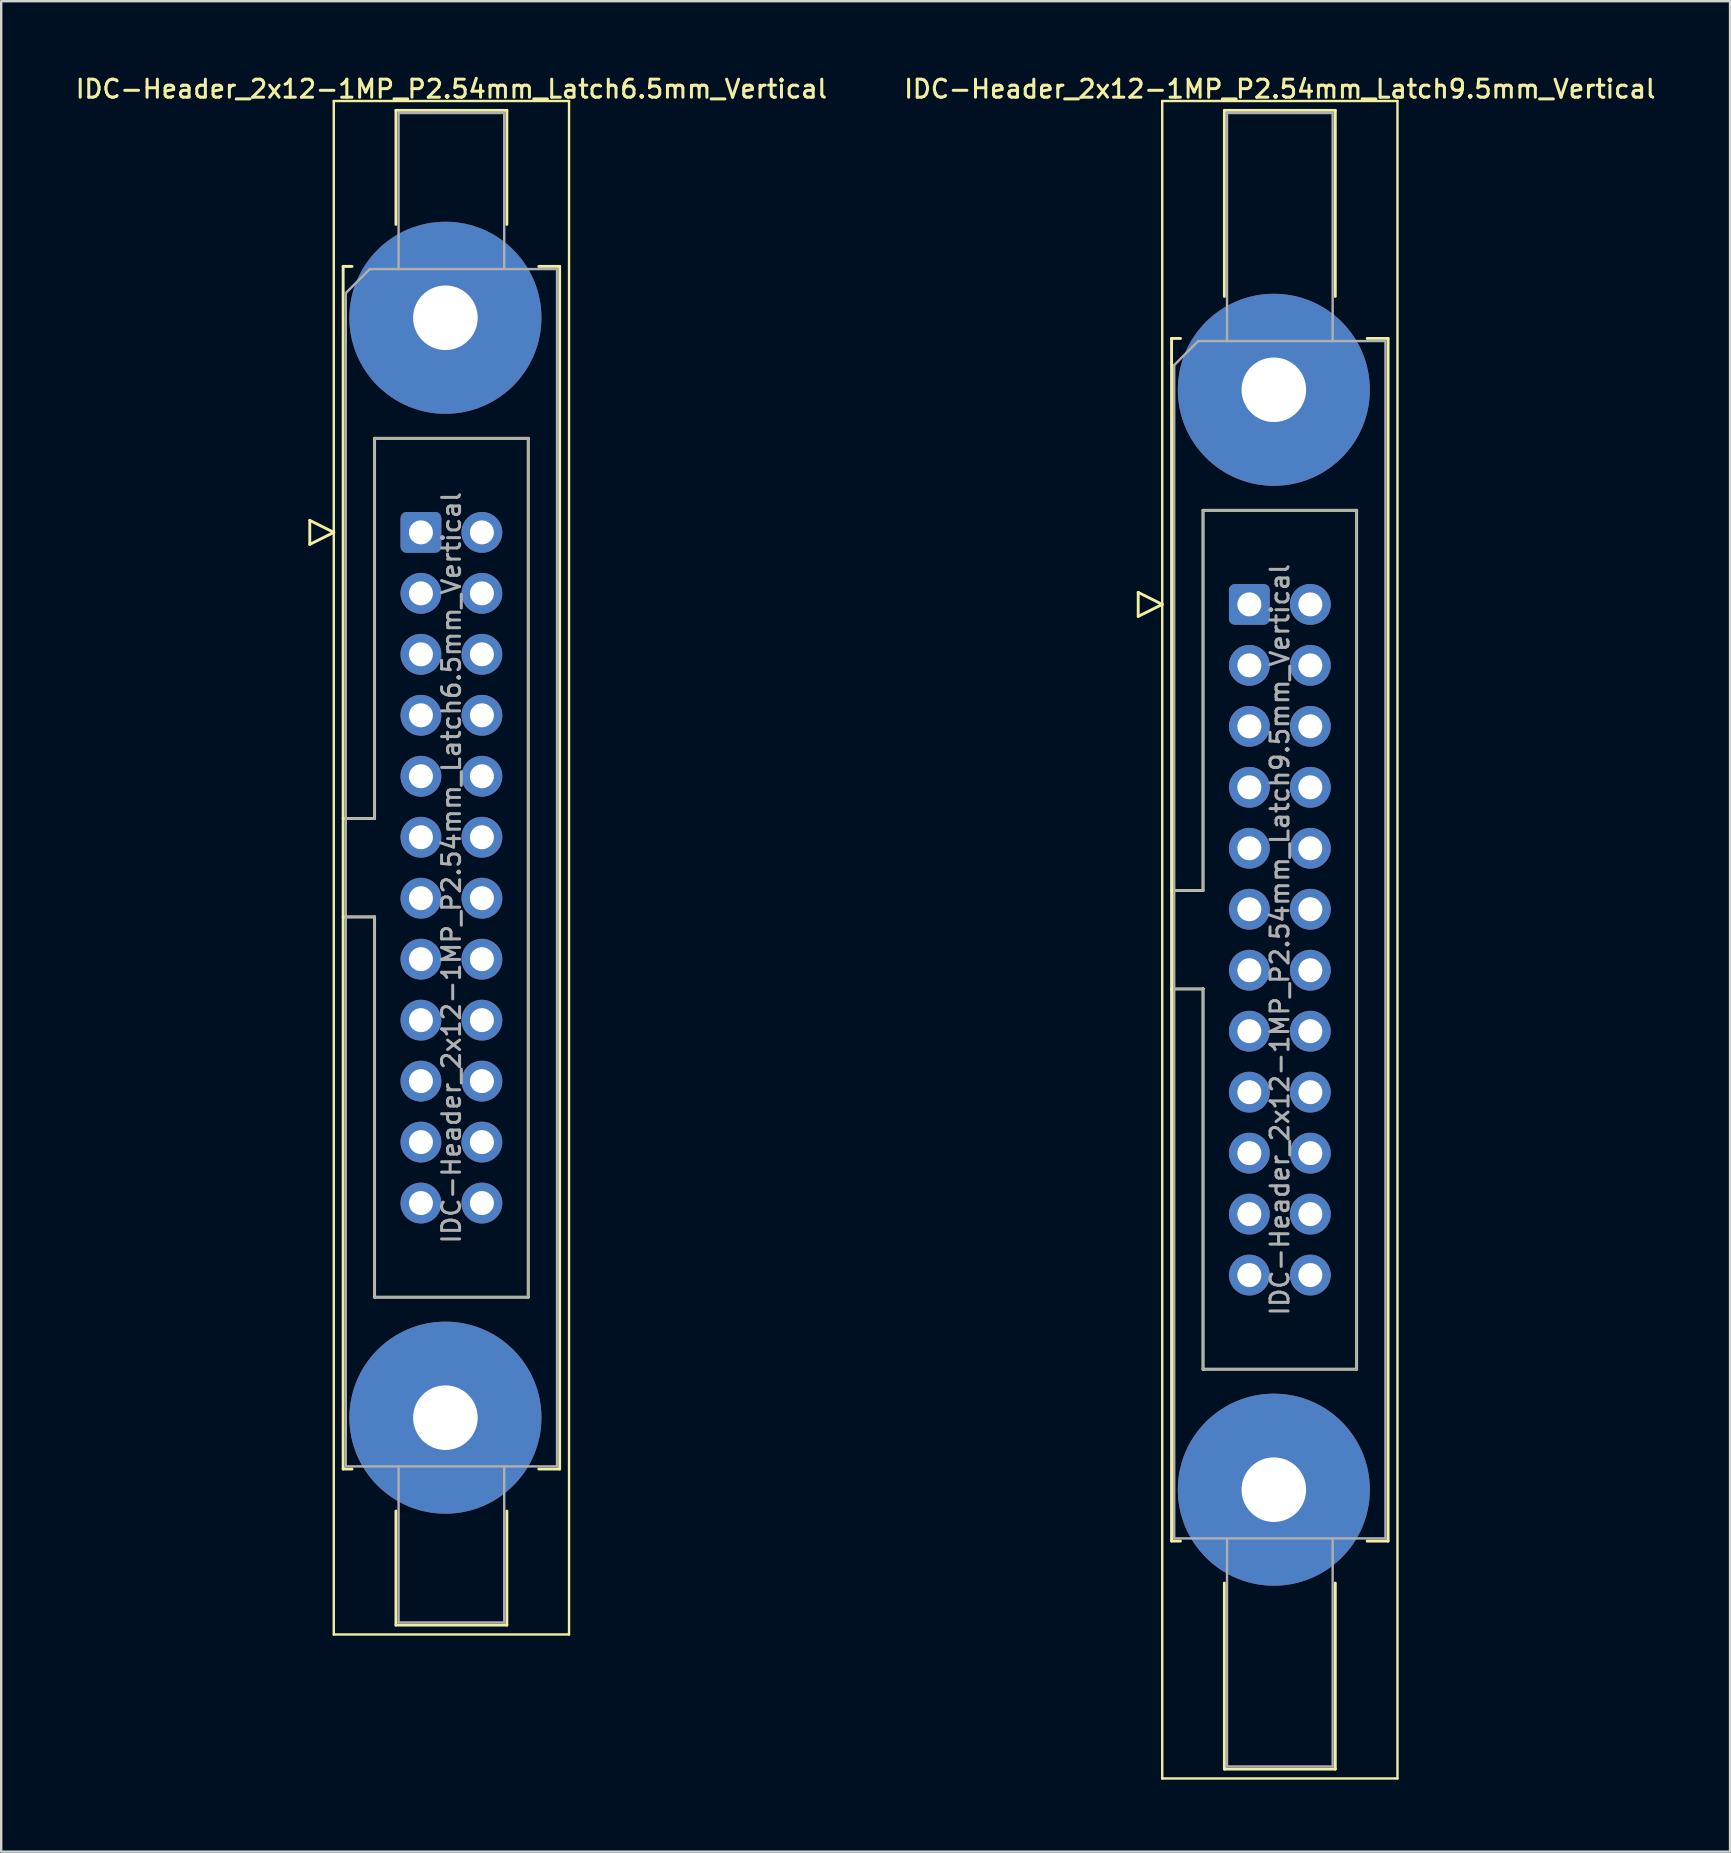
<source format=kicad_pcb>
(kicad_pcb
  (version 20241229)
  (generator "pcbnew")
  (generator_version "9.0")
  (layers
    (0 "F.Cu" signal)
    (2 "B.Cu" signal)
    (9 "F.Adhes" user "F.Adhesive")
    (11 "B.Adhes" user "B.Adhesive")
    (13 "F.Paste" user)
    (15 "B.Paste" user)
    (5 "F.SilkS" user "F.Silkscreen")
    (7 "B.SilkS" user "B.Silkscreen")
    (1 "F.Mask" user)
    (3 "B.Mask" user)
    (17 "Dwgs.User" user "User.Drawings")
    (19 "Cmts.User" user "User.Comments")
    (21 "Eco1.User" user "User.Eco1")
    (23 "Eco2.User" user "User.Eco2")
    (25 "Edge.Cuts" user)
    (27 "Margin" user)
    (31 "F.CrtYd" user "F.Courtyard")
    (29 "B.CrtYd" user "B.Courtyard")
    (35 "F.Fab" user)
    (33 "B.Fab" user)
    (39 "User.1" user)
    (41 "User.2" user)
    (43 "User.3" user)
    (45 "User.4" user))
  (footprint "IDC-Header_2x12-1MP_P2.54mm_Latch6.5mm_Vertical"
    (layer "F.Cu")
    (at 14.485 19.128)
    (property "Reference" "IDC-Header_2x12-1MP_P2.54mm_Latch6.5mm_Vertical" (at 1.27 -18.47 0) (layer "F.SilkS") (effects (font (size 0.75 0.75) (thickness 0.125))))
    (attr through_hole)
    (fp_line (start -4.63 -0.5) (end -4.63 0.5) (stroke (width 0.12) (type solid)) (layer "F.SilkS"))
    (fp_line (start -4.63 0.5) (end -3.63 0) (stroke (width 0.12) (type solid)) (layer "F.SilkS"))
    (fp_line (start -3.63 -17.97) (end -3.63 45.91) (stroke (width 0.1) (type solid)) (layer "F.SilkS"))
    (fp_line (start -3.63 0) (end -4.63 -0.5) (stroke (width 0.12) (type solid)) (layer "F.SilkS"))
    (fp_line (start -3.63 45.91) (end 6.17 45.91) (stroke (width 0.1) (type solid)) (layer "F.SilkS"))
    (fp_line (start -3.24 -11.08) (end -3.24 39.02) (stroke (width 0.12) (type solid)) (layer "F.SilkS"))
    (fp_line (start -3.24 11.92) (end -1.93 11.92) (stroke (width 0.12) (type solid)) (layer "F.SilkS"))
    (fp_line (start -3.24 39.02) (end -2.87 39.02) (stroke (width 0.12) (type solid)) (layer "F.SilkS"))
    (fp_line (start -2.87 -11.08) (end -3.24 -11.08) (stroke (width 0.12) (type solid)) (layer "F.SilkS"))
    (fp_line (start -1.93 -3.92) (end 4.47 -3.92) (stroke (width 0.12) (type solid)) (layer "F.SilkS"))
    (fp_line (start -1.93 11.92) (end -1.93 -3.92) (stroke (width 0.12) (type solid)) (layer "F.SilkS"))
    (fp_line (start -1.93 16.02) (end -3.24 16.02) (stroke (width 0.12) (type solid)) (layer "F.SilkS"))
    (fp_line (start -1.93 16.02) (end -1.93 16.02) (stroke (width 0.12) (type solid)) (layer "F.SilkS"))
    (fp_line (start -1.93 31.86) (end -1.93 16.02) (stroke (width 0.12) (type solid)) (layer "F.SilkS"))
    (fp_line (start -1.04 -17.58) (end 3.58 -17.58) (stroke (width 0.12) (type solid)) (layer "F.SilkS"))
    (fp_line (start -1.04 -12.83) (end -1.04 -17.58) (stroke (width 0.12) (type solid)) (layer "F.SilkS"))
    (fp_line (start -1.04 40.77) (end -1.04 45.52) (stroke (width 0.12) (type solid)) (layer "F.SilkS"))
    (fp_line (start -1.04 45.52) (end 3.58 45.52) (stroke (width 0.12) (type solid)) (layer "F.SilkS"))
    (fp_line (start 3.58 -17.58) (end 3.58 -12.83) (stroke (width 0.12) (type solid)) (layer "F.SilkS"))
    (fp_line (start 3.58 45.52) (end 3.58 40.77) (stroke (width 0.12) (type solid)) (layer "F.SilkS"))
    (fp_line (start 4.47 -3.92) (end 4.47 31.86) (stroke (width 0.12) (type solid)) (layer "F.SilkS"))
    (fp_line (start 4.47 31.86) (end -1.93 31.86) (stroke (width 0.12) (type solid)) (layer "F.SilkS"))
    (fp_line (start 4.91 -11.08) (end 5.78 -11.08) (stroke (width 0.12) (type solid)) (layer "F.SilkS"))
    (fp_line (start 5.78 -11.08) (end 5.78 39.02) (stroke (width 0.12) (type solid)) (layer "F.SilkS"))
    (fp_line (start 5.78 39.02) (end 4.91 39.02) (stroke (width 0.12) (type solid)) (layer "F.SilkS"))
    (fp_line (start 6.17 -17.97) (end -3.63 -17.97) (stroke (width 0.1) (type solid)) (layer "F.SilkS"))
    (fp_line (start 6.17 45.91) (end 6.17 -17.97) (stroke (width 0.1) (type solid)) (layer "F.SilkS"))
    (fp_line (start -3.13 -9.97) (end -2.13 -10.97) (stroke (width 0.1) (type solid)) (layer "F.Fab"))
    (fp_line (start -3.13 11.92) (end -1.93 11.92) (stroke (width 0.1) (type solid)) (layer "F.Fab"))
    (fp_line (start -3.13 38.91) (end -3.13 -9.97) (stroke (width 0.1) (type solid)) (layer "F.Fab"))
    (fp_line (start -2.13 -10.97) (end 5.67 -10.97) (stroke (width 0.1) (type solid)) (layer "F.Fab"))
    (fp_line (start -1.93 -3.92) (end 4.47 -3.92) (stroke (width 0.1) (type solid)) (layer "F.Fab"))
    (fp_line (start -1.93 11.92) (end -1.93 -3.92) (stroke (width 0.1) (type solid)) (layer "F.Fab"))
    (fp_line (start -1.93 16.02) (end -3.13 16.02) (stroke (width 0.1) (type solid)) (layer "F.Fab"))
    (fp_line (start -1.93 16.02) (end -1.93 16.02) (stroke (width 0.1) (type solid)) (layer "F.Fab"))
    (fp_line (start -1.93 31.86) (end -1.93 16.02) (stroke (width 0.1) (type solid)) (layer "F.Fab"))
    (fp_line (start -0.93 -17.47) (end 3.47 -17.47) (stroke (width 0.1) (type solid)) (layer "F.Fab"))
    (fp_line (start -0.93 -10.97) (end -0.93 -17.47) (stroke (width 0.1) (type solid)) (layer "F.Fab"))
    (fp_line (start -0.93 38.91) (end -0.93 45.41) (stroke (width 0.1) (type solid)) (layer "F.Fab"))
    (fp_line (start -0.93 45.41) (end 3.47 45.41) (stroke (width 0.1) (type solid)) (layer "F.Fab"))
    (fp_line (start 3.47 -17.47) (end 3.47 -10.97) (stroke (width 0.1) (type solid)) (layer "F.Fab"))
    (fp_line (start 3.47 45.41) (end 3.47 38.91) (stroke (width 0.1) (type solid)) (layer "F.Fab"))
    (fp_line (start 4.47 -3.92) (end 4.47 31.86) (stroke (width 0.1) (type solid)) (layer "F.Fab"))
    (fp_line (start 4.47 31.86) (end -1.93 31.86) (stroke (width 0.1) (type solid)) (layer "F.Fab"))
    (fp_line (start 5.67 -10.97) (end 5.67 38.91) (stroke (width 0.1) (type solid)) (layer "F.Fab"))
    (fp_line (start 5.67 38.91) (end -3.13 38.91) (stroke (width 0.1) (type solid)) (layer "F.Fab"))
    (fp_text user "${REFERENCE}" (at 1.27 13.97 90) (layer "F.Fab") (effects (font (size 0.75 0.75) (thickness 0.125))))
    (pad "1" thru_hole roundrect (at 0 0) (size 1.7 1.7) (drill 1) (layers "*.Cu" "*.Mask") (roundrect_rratio 0.147))
    (pad "2" thru_hole circle (at 2.54 0) (size 1.7 1.7) (drill 1) (layers "*.Cu" "*.Mask"))
    (pad "3" thru_hole circle (at 0 2.54) (size 1.7 1.7) (drill 1) (layers "*.Cu" "*.Mask"))
    (pad "4" thru_hole circle (at 2.54 2.54) (size 1.7 1.7) (drill 1) (layers "*.Cu" "*.Mask"))
    (pad "5" thru_hole circle (at 0 5.08) (size 1.7 1.7) (drill 1) (layers "*.Cu" "*.Mask"))
    (pad "6" thru_hole circle (at 2.54 5.08) (size 1.7 1.7) (drill 1) (layers "*.Cu" "*.Mask"))
    (pad "7" thru_hole circle (at 0 7.62) (size 1.7 1.7) (drill 1) (layers "*.Cu" "*.Mask"))
    (pad "8" thru_hole circle (at 2.54 7.62) (size 1.7 1.7) (drill 1) (layers "*.Cu" "*.Mask"))
    (pad "9" thru_hole circle (at 0 10.16) (size 1.7 1.7) (drill 1) (layers "*.Cu" "*.Mask"))
    (pad "10" thru_hole circle (at 2.54 10.16) (size 1.7 1.7) (drill 1) (layers "*.Cu" "*.Mask"))
    (pad "11" thru_hole circle (at 0 12.7) (size 1.7 1.7) (drill 1) (layers "*.Cu" "*.Mask"))
    (pad "12" thru_hole circle (at 2.54 12.7) (size 1.7 1.7) (drill 1) (layers "*.Cu" "*.Mask"))
    (pad "13" thru_hole circle (at 0 15.24) (size 1.7 1.7) (drill 1) (layers "*.Cu" "*.Mask"))
    (pad "14" thru_hole circle (at 2.54 15.24) (size 1.7 1.7) (drill 1) (layers "*.Cu" "*.Mask"))
    (pad "15" thru_hole circle (at 0 17.78) (size 1.7 1.7) (drill 1) (layers "*.Cu" "*.Mask"))
    (pad "16" thru_hole circle (at 2.54 17.78) (size 1.7 1.7) (drill 1) (layers "*.Cu" "*.Mask"))
    (pad "17" thru_hole circle (at 0 20.32) (size 1.7 1.7) (drill 1) (layers "*.Cu" "*.Mask"))
    (pad "18" thru_hole circle (at 2.54 20.32) (size 1.7 1.7) (drill 1) (layers "*.Cu" "*.Mask"))
    (pad "19" thru_hole circle (at 0 22.86) (size 1.7 1.7) (drill 1) (layers "*.Cu" "*.Mask"))
    (pad "20" thru_hole circle (at 2.54 22.86) (size 1.7 1.7) (drill 1) (layers "*.Cu" "*.Mask"))
    (pad "21" thru_hole circle (at 0 25.4) (size 1.7 1.7) (drill 1) (layers "*.Cu" "*.Mask"))
    (pad "22" thru_hole circle (at 2.54 25.4) (size 1.7 1.7) (drill 1) (layers "*.Cu" "*.Mask"))
    (pad "23" thru_hole circle (at 0 27.94) (size 1.7 1.7) (drill 1) (layers "*.Cu" "*.Mask"))
    (pad "24" thru_hole circle (at 2.54 27.94) (size 1.7 1.7) (drill 1) (layers "*.Cu" "*.Mask"))
    (pad "MP" thru_hole circle (at 1.02 -8.94) (size 8 8) (drill 2.69) (layers "*.Cu" "*.Mask"))
    (pad "MP" thru_hole circle (at 1.02 36.88) (size 8 8) (drill 2.69) (layers "*.Cu" "*.Mask")))
  (footprint "IDC-Header_2x12-1MP_P2.54mm_Latch9.5mm_Vertical"
    (layer "F.Cu")
    (at 48.996 22.128)
    (property "Reference" "IDC-Header_2x12-1MP_P2.54mm_Latch9.5mm_Vertical" (at 1.27 -21.47 0) (layer "F.SilkS") (effects (font (size 0.75 0.75) (thickness 0.125))))
    (attr through_hole)
    (fp_line (start -4.63 -0.5) (end -4.63 0.5) (stroke (width 0.12) (type solid)) (layer "F.SilkS"))
    (fp_line (start -4.63 0.5) (end -3.63 0) (stroke (width 0.12) (type solid)) (layer "F.SilkS"))
    (fp_line (start -3.63 -20.97) (end -3.63 48.91) (stroke (width 0.1) (type solid)) (layer "F.SilkS"))
    (fp_line (start -3.63 0) (end -4.63 -0.5) (stroke (width 0.12) (type solid)) (layer "F.SilkS"))
    (fp_line (start -3.63 48.91) (end 6.17 48.91) (stroke (width 0.1) (type solid)) (layer "F.SilkS"))
    (fp_line (start -3.24 -11.08) (end -3.24 39.02) (stroke (width 0.12) (type solid)) (layer "F.SilkS"))
    (fp_line (start -3.24 11.92) (end -1.93 11.92) (stroke (width 0.12) (type solid)) (layer "F.SilkS"))
    (fp_line (start -3.24 39.02) (end -2.87 39.02) (stroke (width 0.12) (type solid)) (layer "F.SilkS"))
    (fp_line (start -2.87 -11.08) (end -3.24 -11.08) (stroke (width 0.12) (type solid)) (layer "F.SilkS"))
    (fp_line (start -1.93 -3.92) (end 4.47 -3.92) (stroke (width 0.12) (type solid)) (layer "F.SilkS"))
    (fp_line (start -1.93 11.92) (end -1.93 -3.92) (stroke (width 0.12) (type solid)) (layer "F.SilkS"))
    (fp_line (start -1.93 16.02) (end -3.24 16.02) (stroke (width 0.12) (type solid)) (layer "F.SilkS"))
    (fp_line (start -1.93 16.02) (end -1.93 16.02) (stroke (width 0.12) (type solid)) (layer "F.SilkS"))
    (fp_line (start -1.93 31.86) (end -1.93 16.02) (stroke (width 0.12) (type solid)) (layer "F.SilkS"))
    (fp_line (start -1.04 -20.58) (end 3.58 -20.58) (stroke (width 0.12) (type solid)) (layer "F.SilkS"))
    (fp_line (start -1.04 -12.83) (end -1.04 -20.58) (stroke (width 0.12) (type solid)) (layer "F.SilkS"))
    (fp_line (start -1.04 40.77) (end -1.04 48.52) (stroke (width 0.12) (type solid)) (layer "F.SilkS"))
    (fp_line (start -1.04 48.52) (end 3.58 48.52) (stroke (width 0.12) (type solid)) (layer "F.SilkS"))
    (fp_line (start 3.58 -20.58) (end 3.58 -12.83) (stroke (width 0.12) (type solid)) (layer "F.SilkS"))
    (fp_line (start 3.58 48.52) (end 3.58 40.77) (stroke (width 0.12) (type solid)) (layer "F.SilkS"))
    (fp_line (start 4.47 -3.92) (end 4.47 31.86) (stroke (width 0.12) (type solid)) (layer "F.SilkS"))
    (fp_line (start 4.47 31.86) (end -1.93 31.86) (stroke (width 0.12) (type solid)) (layer "F.SilkS"))
    (fp_line (start 4.91 -11.08) (end 5.78 -11.08) (stroke (width 0.12) (type solid)) (layer "F.SilkS"))
    (fp_line (start 5.78 -11.08) (end 5.78 39.02) (stroke (width 0.12) (type solid)) (layer "F.SilkS"))
    (fp_line (start 5.78 39.02) (end 4.91 39.02) (stroke (width 0.12) (type solid)) (layer "F.SilkS"))
    (fp_line (start 6.17 -20.97) (end -3.63 -20.97) (stroke (width 0.1) (type solid)) (layer "F.SilkS"))
    (fp_line (start 6.17 48.91) (end 6.17 -20.97) (stroke (width 0.1) (type solid)) (layer "F.SilkS"))
    (fp_line (start -3.13 -9.97) (end -2.13 -10.97) (stroke (width 0.1) (type solid)) (layer "F.Fab"))
    (fp_line (start -3.13 11.92) (end -1.93 11.92) (stroke (width 0.1) (type solid)) (layer "F.Fab"))
    (fp_line (start -3.13 38.91) (end -3.13 -9.97) (stroke (width 0.1) (type solid)) (layer "F.Fab"))
    (fp_line (start -2.13 -10.97) (end 5.67 -10.97) (stroke (width 0.1) (type solid)) (layer "F.Fab"))
    (fp_line (start -1.93 -3.92) (end 4.47 -3.92) (stroke (width 0.1) (type solid)) (layer "F.Fab"))
    (fp_line (start -1.93 11.92) (end -1.93 -3.92) (stroke (width 0.1) (type solid)) (layer "F.Fab"))
    (fp_line (start -1.93 16.02) (end -3.13 16.02) (stroke (width 0.1) (type solid)) (layer "F.Fab"))
    (fp_line (start -1.93 16.02) (end -1.93 16.02) (stroke (width 0.1) (type solid)) (layer "F.Fab"))
    (fp_line (start -1.93 31.86) (end -1.93 16.02) (stroke (width 0.1) (type solid)) (layer "F.Fab"))
    (fp_line (start -0.93 -20.47) (end 3.47 -20.47) (stroke (width 0.1) (type solid)) (layer "F.Fab"))
    (fp_line (start -0.93 -10.97) (end -0.93 -20.47) (stroke (width 0.1) (type solid)) (layer "F.Fab"))
    (fp_line (start -0.93 38.91) (end -0.93 48.41) (stroke (width 0.1) (type solid)) (layer "F.Fab"))
    (fp_line (start -0.93 48.41) (end 3.47 48.41) (stroke (width 0.1) (type solid)) (layer "F.Fab"))
    (fp_line (start 3.47 -20.47) (end 3.47 -10.97) (stroke (width 0.1) (type solid)) (layer "F.Fab"))
    (fp_line (start 3.47 48.41) (end 3.47 38.91) (stroke (width 0.1) (type solid)) (layer "F.Fab"))
    (fp_line (start 4.47 -3.92) (end 4.47 31.86) (stroke (width 0.1) (type solid)) (layer "F.Fab"))
    (fp_line (start 4.47 31.86) (end -1.93 31.86) (stroke (width 0.1) (type solid)) (layer "F.Fab"))
    (fp_line (start 5.67 -10.97) (end 5.67 38.91) (stroke (width 0.1) (type solid)) (layer "F.Fab"))
    (fp_line (start 5.67 38.91) (end -3.13 38.91) (stroke (width 0.1) (type solid)) (layer "F.Fab"))
    (fp_text user "${REFERENCE}" (at 1.27 13.97 90) (layer "F.Fab") (effects (font (size 0.75 0.75) (thickness 0.125))))
    (pad "1" thru_hole roundrect (at 0 0) (size 1.7 1.7) (drill 1) (layers "*.Cu" "*.Mask") (roundrect_rratio 0.147))
    (pad "2" thru_hole circle (at 2.54 0) (size 1.7 1.7) (drill 1) (layers "*.Cu" "*.Mask"))
    (pad "3" thru_hole circle (at 0 2.54) (size 1.7 1.7) (drill 1) (layers "*.Cu" "*.Mask"))
    (pad "4" thru_hole circle (at 2.54 2.54) (size 1.7 1.7) (drill 1) (layers "*.Cu" "*.Mask"))
    (pad "5" thru_hole circle (at 0 5.08) (size 1.7 1.7) (drill 1) (layers "*.Cu" "*.Mask"))
    (pad "6" thru_hole circle (at 2.54 5.08) (size 1.7 1.7) (drill 1) (layers "*.Cu" "*.Mask"))
    (pad "7" thru_hole circle (at 0 7.62) (size 1.7 1.7) (drill 1) (layers "*.Cu" "*.Mask"))
    (pad "8" thru_hole circle (at 2.54 7.62) (size 1.7 1.7) (drill 1) (layers "*.Cu" "*.Mask"))
    (pad "9" thru_hole circle (at 0 10.16) (size 1.7 1.7) (drill 1) (layers "*.Cu" "*.Mask"))
    (pad "10" thru_hole circle (at 2.54 10.16) (size 1.7 1.7) (drill 1) (layers "*.Cu" "*.Mask"))
    (pad "11" thru_hole circle (at 0 12.7) (size 1.7 1.7) (drill 1) (layers "*.Cu" "*.Mask"))
    (pad "12" thru_hole circle (at 2.54 12.7) (size 1.7 1.7) (drill 1) (layers "*.Cu" "*.Mask"))
    (pad "13" thru_hole circle (at 0 15.24) (size 1.7 1.7) (drill 1) (layers "*.Cu" "*.Mask"))
    (pad "14" thru_hole circle (at 2.54 15.24) (size 1.7 1.7) (drill 1) (layers "*.Cu" "*.Mask"))
    (pad "15" thru_hole circle (at 0 17.78) (size 1.7 1.7) (drill 1) (layers "*.Cu" "*.Mask"))
    (pad "16" thru_hole circle (at 2.54 17.78) (size 1.7 1.7) (drill 1) (layers "*.Cu" "*.Mask"))
    (pad "17" thru_hole circle (at 0 20.32) (size 1.7 1.7) (drill 1) (layers "*.Cu" "*.Mask"))
    (pad "18" thru_hole circle (at 2.54 20.32) (size 1.7 1.7) (drill 1) (layers "*.Cu" "*.Mask"))
    (pad "19" thru_hole circle (at 0 22.86) (size 1.7 1.7) (drill 1) (layers "*.Cu" "*.Mask"))
    (pad "20" thru_hole circle (at 2.54 22.86) (size 1.7 1.7) (drill 1) (layers "*.Cu" "*.Mask"))
    (pad "21" thru_hole circle (at 0 25.4) (size 1.7 1.7) (drill 1) (layers "*.Cu" "*.Mask"))
    (pad "22" thru_hole circle (at 2.54 25.4) (size 1.7 1.7) (drill 1) (layers "*.Cu" "*.Mask"))
    (pad "23" thru_hole circle (at 0 27.94) (size 1.7 1.7) (drill 1) (layers "*.Cu" "*.Mask"))
    (pad "24" thru_hole circle (at 2.54 27.94) (size 1.7 1.7) (drill 1) (layers "*.Cu" "*.Mask"))
    (pad "MP" thru_hole circle (at 1.02 -8.94) (size 8 8) (drill 2.69) (layers "*.Cu" "*.Mask"))
    (pad "MP" thru_hole circle (at 1.02 36.88) (size 8 8) (drill 2.69) (layers "*.Cu" "*.Mask")))
  (gr_rect
    (start -3 -3)
    (end 69.021 74.088)
    (stroke (width 0.1) (type default))
    (fill no)
    (layer "Edge.Cuts")))
</source>
